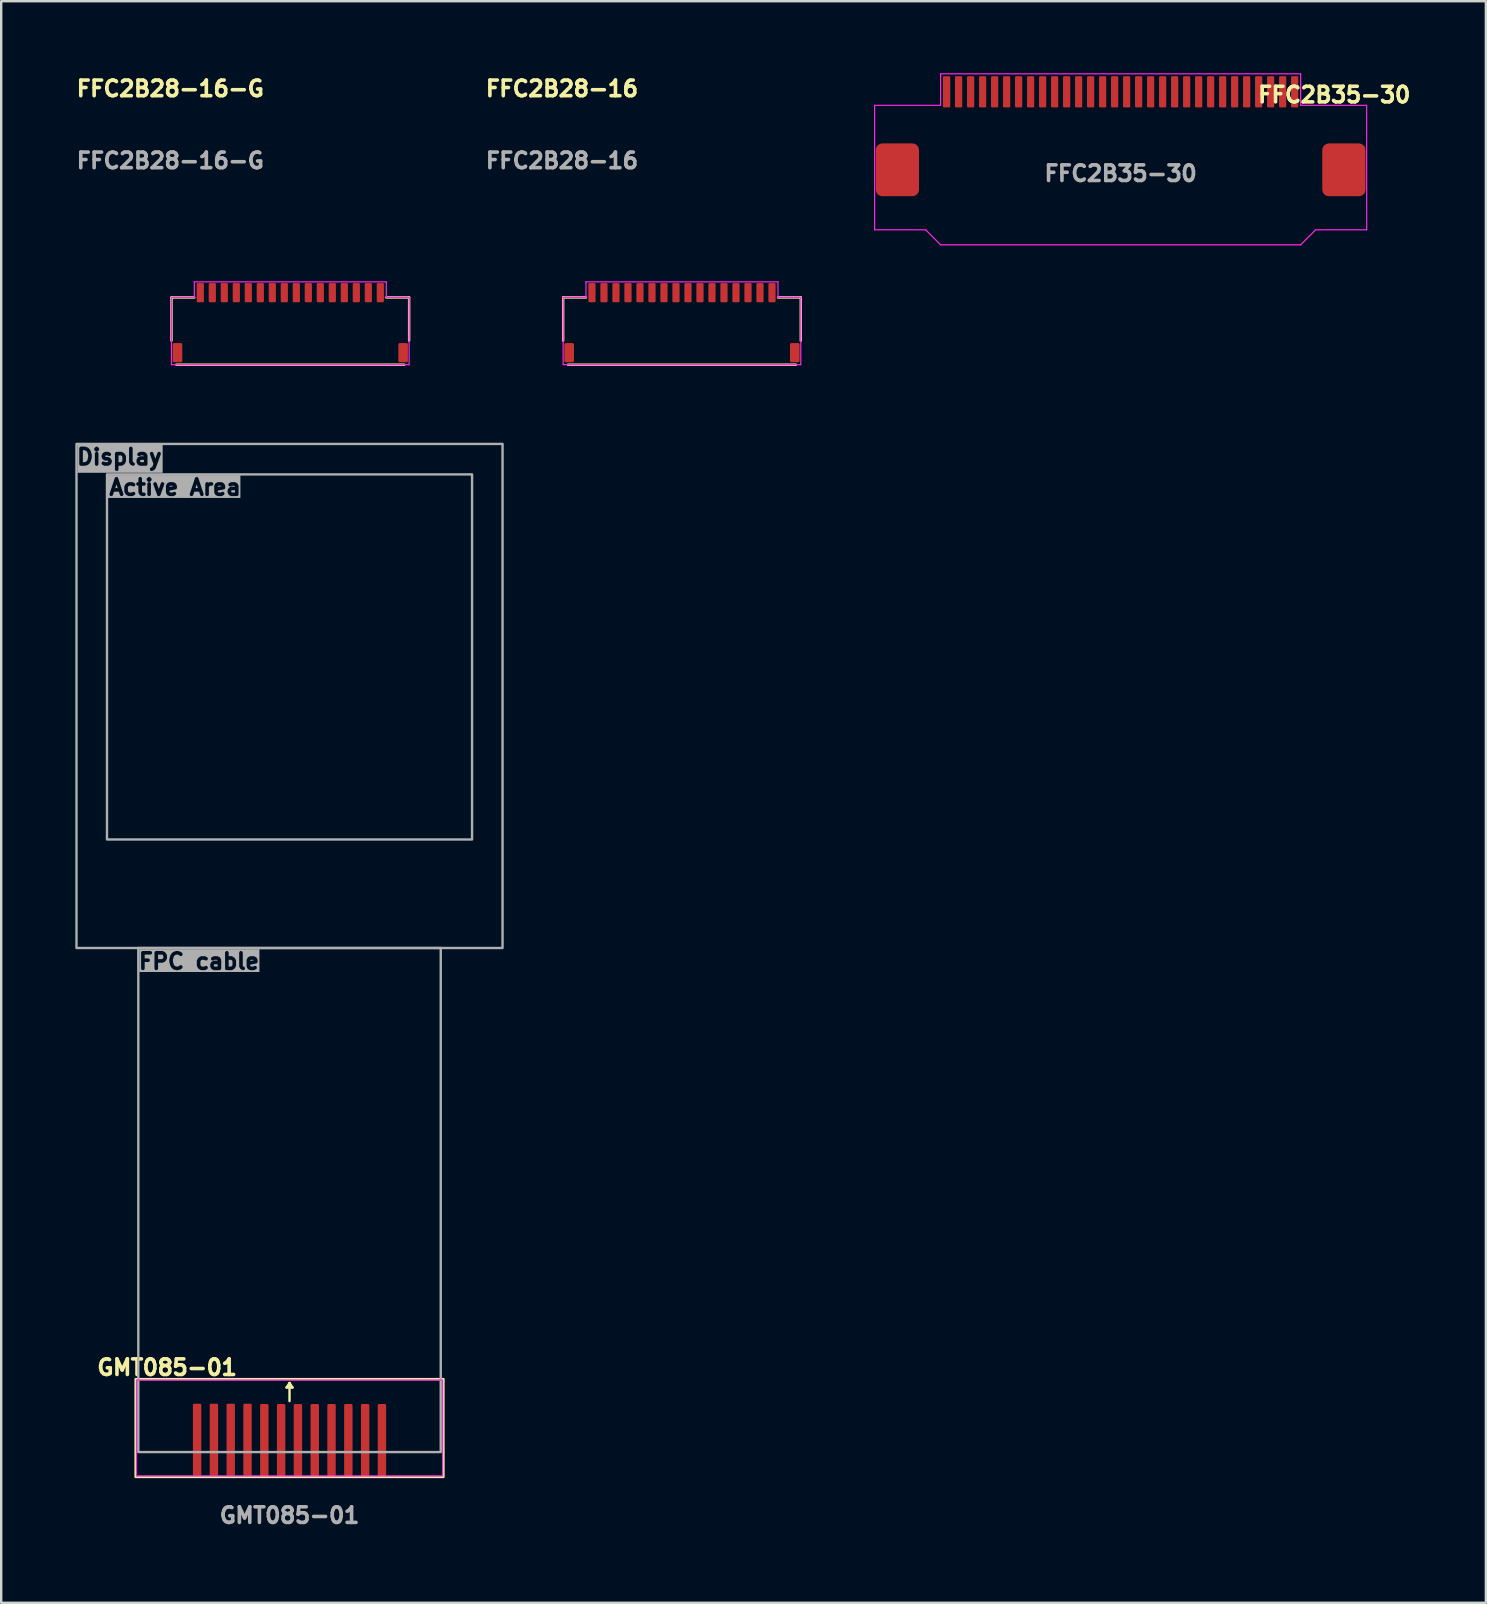
<source format=kicad_pcb>
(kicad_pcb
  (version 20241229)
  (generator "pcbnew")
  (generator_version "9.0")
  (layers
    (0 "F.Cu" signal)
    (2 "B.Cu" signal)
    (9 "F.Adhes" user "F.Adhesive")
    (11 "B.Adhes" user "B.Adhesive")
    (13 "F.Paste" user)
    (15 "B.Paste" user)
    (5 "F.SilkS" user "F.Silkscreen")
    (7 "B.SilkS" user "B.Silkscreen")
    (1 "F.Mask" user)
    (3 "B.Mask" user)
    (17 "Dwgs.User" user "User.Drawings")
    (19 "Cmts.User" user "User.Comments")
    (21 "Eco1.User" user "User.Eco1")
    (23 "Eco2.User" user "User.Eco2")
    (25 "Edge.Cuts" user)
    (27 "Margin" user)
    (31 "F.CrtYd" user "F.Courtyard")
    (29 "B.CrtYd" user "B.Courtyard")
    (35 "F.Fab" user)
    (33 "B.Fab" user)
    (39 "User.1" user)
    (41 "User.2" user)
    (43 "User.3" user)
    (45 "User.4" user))
  (footprint "GMT085-01"
    (layer "F.Cu")
    (at 9.012 56.944)
    (property "Reference" "GMT085-01" (at -5.1 -3.025 0) (unlocked yes) (layer "F.SilkS") (effects (font (size 0.65 0.65) (thickness 0.15) (bold yes))))
    (attr smd)
    (fp_line (start -0.125 -2.188) (end 0 -2.375) (stroke (width 0.1) (type default)) (layer "F.SilkS"))
    (fp_line (start -0.125 -2.188) (end 0.125 -2.188) (stroke (width 0.1) (type default)) (layer "F.SilkS"))
    (fp_line (start 0 -2.375) (end 0.125 -2.188) (stroke (width 0.1) (type default)) (layer "F.SilkS"))
    (fp_line (start 0 -1.625) (end 0 -2.375) (stroke (width 0.1) (type default)) (layer "F.SilkS"))
    (fp_rect (start -6.412 -2.538) (end 6.412 1.538) (stroke (width 0.1) (type default)) (fill no) (layer "F.SilkS"))
    (fp_rect (start -6.375 -2.5) (end 6.375 1.5) (stroke (width 0.05) (type solid)) (fill no) (layer "F.CrtYd"))
    (fp_rect (start -8.875 -41.5) (end 8.875 -20.5) (stroke (width 0.1) (type solid)) (fill no) (layer "F.Fab"))
    (fp_rect (start -7.605 -40.23) (end 7.605 -25.02) (stroke (width 0.1) (type solid)) (fill no) (layer "F.Fab"))
    (fp_rect (start -6.3 -20.5) (end 6.3 0.5) (stroke (width 0.1) (type solid)) (fill no) (layer "F.Fab"))
    (fp_text user "Display" (at -8.938 -40.575 0) (unlocked yes) (layer "F.Fab" knockout) (effects (font (size 0.65 0.65) (thickness 0.15)) (justify left bottom)))
    (fp_text user "Active Area" (at -7.588 -39.312 0) (unlocked yes) (layer "F.Fab" knockout) (effects (font (size 0.65 0.65) (thickness 0.15)) (justify left bottom)))
    (fp_text user "${REFERENCE}" (at 0 3.138 0) (unlocked yes) (layer "F.Fab") (effects (font (size 0.65 0.65) (thickness 0.15))))
    (fp_text user "FPC cable" (at -6.362 -19.562 0) (unlocked yes) (layer "F.Fab" knockout) (effects (font (size 0.65 0.65) (thickness 0.15)) (justify left bottom)))
    (pad "1" smd roundrect (at 3.85 0 270) (size 3 0.35) (layers "F.Cu" "F.Mask" "F.Paste") (roundrect_rratio 0.15))
    (pad "2" smd roundrect (at 3.15 0 270) (size 3 0.35) (layers "F.Cu" "F.Mask" "F.Paste") (roundrect_rratio 0.15))
    (pad "3" smd roundrect (at 2.45 0 270) (size 3 0.35) (layers "F.Cu" "F.Mask" "F.Paste") (roundrect_rratio 0.15))
    (pad "4" smd roundrect (at 1.75 0 90) (size 3 0.35) (layers "F.Cu" "F.Mask" "F.Paste") (roundrect_rratio 0.15))
    (pad "5" smd roundrect (at 1.05 0 90) (size 3 0.35) (layers "F.Cu" "F.Mask" "F.Paste") (roundrect_rratio 0.15))
    (pad "6" smd roundrect (at 0.35 0 90) (size 3 0.35) (layers "F.Cu" "F.Mask" "F.Paste") (roundrect_rratio 0.15))
    (pad "7" smd roundrect (at -0.35 0 90) (size 3 0.35) (layers "F.Cu" "F.Mask" "F.Paste") (roundrect_rratio 0.15))
    (pad "8" smd roundrect (at -1.05 0 90) (size 3 0.35) (layers "F.Cu" "F.Mask" "F.Paste") (roundrect_rratio 0.15))
    (pad "9" smd roundrect (at -1.75 -0.013 90) (size 3 0.35) (layers "F.Cu" "F.Mask" "F.Paste") (roundrect_rratio 0.15))
    (pad "10" smd roundrect (at -2.45 -0.013 90) (size 3 0.35) (layers "F.Cu" "F.Mask" "F.Paste") (roundrect_rratio 0.15))
    (pad "11" smd roundrect (at -3.15 -0.013 90) (size 3 0.35) (layers "F.Cu" "F.Mask" "F.Paste") (roundrect_rratio 0.15))
    (pad "12" smd roundrect (at -3.85 -0.013 90) (size 3 0.35) (layers "F.Cu" "F.Mask" "F.Paste") (roundrect_rratio 0.15)))
  (footprint "FFC2B28-16"
    (layer "F.Cu")
    (at 25.362 10.393)
    (property "Reference" "FFC2B28-16" (at -5 -9.75 0) (unlocked yes) (layer "F.SilkS") (effects (font (size 0.65 0.65) (thickness 0.15) (bold yes))))
    (attr smd)
    (fp_line (start -4.95 -1.05) (end -4.95 0.75) (stroke (width 0.1) (type default)) (layer "F.SilkS"))
    (fp_line (start -4 -1.05) (end -4.95 -1.05) (stroke (width 0.1) (type default)) (layer "F.SilkS"))
    (fp_line (start 4.75 1.75) (end -4.75 1.75) (stroke (width 0.1) (type default)) (layer "F.SilkS"))
    (fp_line (start 4.95 -1.05) (end 4 -1.05) (stroke (width 0.1) (type default)) (layer "F.SilkS"))
    (fp_line (start 4.95 -1.05) (end 4.95 0.75) (stroke (width 0.1) (type default)) (layer "F.SilkS"))
    (fp_line (start -4.95 -1.05) (end -4 -1.05) (stroke (width 0.05) (type default)) (layer "F.CrtYd"))
    (fp_line (start -4.95 1.75) (end -4.95 -1.05) (stroke (width 0.05) (type default)) (layer "F.CrtYd"))
    (fp_line (start -4 -1.7) (end 4 -1.7) (stroke (width 0.05) (type default)) (layer "F.CrtYd"))
    (fp_line (start -4 -1.05) (end -4 -1.7) (stroke (width 0.05) (type default)) (layer "F.CrtYd"))
    (fp_line (start 4 -1.7) (end 4 -1.05) (stroke (width 0.05) (type default)) (layer "F.CrtYd"))
    (fp_line (start 4 -1.05) (end 4.95 -1.05) (stroke (width 0.05) (type default)) (layer "F.CrtYd"))
    (fp_line (start 4.95 -1.05) (end 4.95 1.75) (stroke (width 0.05) (type default)) (layer "F.CrtYd"))
    (fp_line (start 4.95 1.75) (end -4.95 1.75) (stroke (width 0.05) (type default)) (layer "F.CrtYd"))
    (fp_text user "${REFERENCE}" (at -5 -6.75 0) (unlocked yes) (layer "F.Fab") (effects (font (size 0.65 0.65) (thickness 0.15))))
    (pad "1" smd roundrect (at -3.75 -1.25 90) (size 0.8 0.3) (layers "F.Cu" "F.Mask" "F.Paste") (roundrect_rratio 0.15))
    (pad "2" smd roundrect (at -3.25 -1.25 90) (size 0.8 0.3) (layers "F.Cu" "F.Mask" "F.Paste") (roundrect_rratio 0.15))
    (pad "3" smd roundrect (at -2.75 -1.25 90) (size 0.8 0.3) (layers "F.Cu" "F.Mask" "F.Paste") (roundrect_rratio 0.15))
    (pad "4" smd roundrect (at -2.25 -1.25 90) (size 0.8 0.3) (layers "F.Cu" "F.Mask" "F.Paste") (roundrect_rratio 0.15))
    (pad "5" smd roundrect (at -1.75 -1.25 90) (size 0.8 0.3) (layers "F.Cu" "F.Mask" "F.Paste") (roundrect_rratio 0.15))
    (pad "6" smd roundrect (at -1.25 -1.25 90) (size 0.8 0.3) (layers "F.Cu" "F.Mask" "F.Paste") (roundrect_rratio 0.15))
    (pad "7" smd roundrect (at -0.75 -1.25 90) (size 0.8 0.3) (layers "F.Cu" "F.Mask" "F.Paste") (roundrect_rratio 0.15))
    (pad "8" smd roundrect (at -0.25 -1.25 90) (size 0.8 0.3) (layers "F.Cu" "F.Mask" "F.Paste") (roundrect_rratio 0.15))
    (pad "9" smd roundrect (at 0.25 -1.25 90) (size 0.8 0.3) (layers "F.Cu" "F.Mask" "F.Paste") (roundrect_rratio 0.15))
    (pad "10" smd roundrect (at 0.75 -1.25 90) (size 0.8 0.3) (layers "F.Cu" "F.Mask" "F.Paste") (roundrect_rratio 0.15))
    (pad "11" smd roundrect (at 1.25 -1.25 90) (size 0.8 0.3) (layers "F.Cu" "F.Mask" "F.Paste") (roundrect_rratio 0.15))
    (pad "12" smd roundrect (at 1.75 -1.25 90) (size 0.8 0.3) (layers "F.Cu" "F.Mask" "F.Paste") (roundrect_rratio 0.15))
    (pad "13" smd roundrect (at 2.25 -1.25 90) (size 0.8 0.3) (layers "F.Cu" "F.Mask" "F.Paste") (roundrect_rratio 0.15))
    (pad "14" smd roundrect (at 2.75 -1.25 90) (size 0.8 0.3) (layers "F.Cu" "F.Mask" "F.Paste") (roundrect_rratio 0.15))
    (pad "15" smd roundrect (at 3.25 -1.25 90) (size 0.8 0.3) (layers "F.Cu" "F.Mask" "F.Paste") (roundrect_rratio 0.15))
    (pad "16" smd roundrect (at 3.75 -1.25 90) (size 0.8 0.3) (layers "F.Cu" "F.Mask" "F.Paste") (roundrect_rratio 0.15))
    (pad "MP" smd roundrect (at -4.7 1.25) (size 0.4 0.8) (layers "F.Cu" "F.Mask" "F.Paste") (roundrect_rratio 0.15))
    (pad "MP" smd roundrect (at 4.7 1.25) (size 0.4 0.8) (layers "F.Cu" "F.Mask" "F.Paste") (roundrect_rratio 0.15)))
  (footprint "FFC2B28-16-G"
    (layer "F.Cu")
    (at 9.045 10.393)
    (property "Reference" "FFC2B28-16-G" (at -5 -9.75 0) (unlocked yes) (layer "F.SilkS") (effects (font (size 0.65 0.65) (thickness 0.15) (bold yes))))
    (attr smd)
    (fp_line (start -4.95 -1.05) (end -4.95 0.75) (stroke (width 0.1) (type default)) (layer "F.SilkS"))
    (fp_line (start -4 -1.05) (end -4.95 -1.05) (stroke (width 0.1) (type default)) (layer "F.SilkS"))
    (fp_line (start 4.75 1.75) (end -4.75 1.75) (stroke (width 0.1) (type default)) (layer "F.SilkS"))
    (fp_line (start 4.95 -1.05) (end 4 -1.05) (stroke (width 0.1) (type default)) (layer "F.SilkS"))
    (fp_line (start 4.95 -1.05) (end 4.95 0.75) (stroke (width 0.1) (type default)) (layer "F.SilkS"))
    (fp_line (start -4.95 -1.05) (end -4 -1.05) (stroke (width 0.05) (type default)) (layer "F.CrtYd"))
    (fp_line (start -4.95 1.75) (end -4.95 -1.05) (stroke (width 0.05) (type default)) (layer "F.CrtYd"))
    (fp_line (start -4 -1.7) (end 4 -1.7) (stroke (width 0.05) (type default)) (layer "F.CrtYd"))
    (fp_line (start -4 -1.05) (end -4 -1.7) (stroke (width 0.05) (type default)) (layer "F.CrtYd"))
    (fp_line (start 4 -1.7) (end 4 -1.05) (stroke (width 0.05) (type default)) (layer "F.CrtYd"))
    (fp_line (start 4 -1.05) (end 4.95 -1.05) (stroke (width 0.05) (type default)) (layer "F.CrtYd"))
    (fp_line (start 4.95 -1.05) (end 4.95 1.75) (stroke (width 0.05) (type default)) (layer "F.CrtYd"))
    (fp_line (start 4.95 1.75) (end -4.95 1.75) (stroke (width 0.05) (type default)) (layer "F.CrtYd"))
    (fp_text user "${REFERENCE}" (at -5 -6.75 0) (unlocked yes) (layer "F.Fab") (effects (font (size 0.65 0.65) (thickness 0.15))))
    (pad "1" smd roundrect (at -3.75 -1.25 90) (size 0.8 0.3) (layers "F.Cu" "F.Mask" "F.Paste") (roundrect_rratio 0.15))
    (pad "2" smd roundrect (at -3.25 -1.25 90) (size 0.8 0.3) (layers "F.Cu" "F.Mask" "F.Paste") (roundrect_rratio 0.15))
    (pad "3" smd roundrect (at -2.75 -1.25 90) (size 0.8 0.3) (layers "F.Cu" "F.Mask" "F.Paste") (roundrect_rratio 0.15))
    (pad "4" smd roundrect (at -2.25 -1.25 90) (size 0.8 0.3) (layers "F.Cu" "F.Mask" "F.Paste") (roundrect_rratio 0.15))
    (pad "5" smd roundrect (at -1.75 -1.25 90) (size 0.8 0.3) (layers "F.Cu" "F.Mask" "F.Paste") (roundrect_rratio 0.15))
    (pad "6" smd roundrect (at -1.25 -1.25 90) (size 0.8 0.3) (layers "F.Cu" "F.Mask" "F.Paste") (roundrect_rratio 0.15))
    (pad "7" smd roundrect (at -0.75 -1.25 90) (size 0.8 0.3) (layers "F.Cu" "F.Mask" "F.Paste") (roundrect_rratio 0.15))
    (pad "8" smd roundrect (at -0.25 -1.25 90) (size 0.8 0.3) (layers "F.Cu" "F.Mask" "F.Paste") (roundrect_rratio 0.15))
    (pad "9" smd roundrect (at 0.25 -1.25 90) (size 0.8 0.3) (layers "F.Cu" "F.Mask" "F.Paste") (roundrect_rratio 0.15))
    (pad "10" smd roundrect (at 0.75 -1.25 90) (size 0.8 0.3) (layers "F.Cu" "F.Mask" "F.Paste") (roundrect_rratio 0.15))
    (pad "11" smd roundrect (at 1.25 -1.25 90) (size 0.8 0.3) (layers "F.Cu" "F.Mask" "F.Paste") (roundrect_rratio 0.15))
    (pad "12" smd roundrect (at 1.75 -1.25 90) (size 0.8 0.3) (layers "F.Cu" "F.Mask" "F.Paste") (roundrect_rratio 0.15))
    (pad "13" smd roundrect (at 2.25 -1.25 90) (size 0.8 0.3) (layers "F.Cu" "F.Mask" "F.Paste") (roundrect_rratio 0.15))
    (pad "14" smd roundrect (at 2.75 -1.25 90) (size 0.8 0.3) (layers "F.Cu" "F.Mask" "F.Paste") (roundrect_rratio 0.15))
    (pad "15" smd roundrect (at 3.25 -1.25 90) (size 0.8 0.3) (layers "F.Cu" "F.Mask" "F.Paste") (roundrect_rratio 0.15))
    (pad "16" smd roundrect (at 3.75 -1.25 90) (size 0.8 0.3) (layers "F.Cu" "F.Mask" "F.Paste") (roundrect_rratio 0.15))
    (pad "MP" smd roundrect (at -4.7 1.25) (size 0.4 0.8) (layers "F.Cu" "F.Mask" "F.Paste") (roundrect_rratio 0.15))
    (pad "MP" smd roundrect (at 4.7 1.25) (size 0.4 0.8) (layers "F.Cu" "F.Mask" "F.Paste") (roundrect_rratio 0.15)))
  (footprint "FFC2B35-30"
    (layer "F.Cu")
    (at 43.637 2.15)
    (property "Reference" "FFC2B35-30" (at 8.9 -1.25 0) (unlocked yes) (layer "F.SilkS") (effects (font (size 0.65 0.65) (thickness 0.15) (bold yes))))
    (attr smd)
    (fp_line (start -10.25 -0.812) (end -10.25 4.375) (stroke (width 0.05) (type default)) (layer "F.CrtYd"))
    (fp_line (start -8.125 4.375) (end -10.25 4.375) (stroke (width 0.05) (type default)) (layer "F.CrtYd"))
    (fp_line (start -7.513 -0.812) (end -10.25 -0.812) (stroke (width 0.05) (type default)) (layer "F.CrtYd"))
    (fp_line (start -7.5 -2.125) (end 7.5 -2.125) (stroke (width 0.05) (type solid)) (layer "F.CrtYd"))
    (fp_line (start -7.5 -0.812) (end -7.5 -2.125) (stroke (width 0.05) (type default)) (layer "F.CrtYd"))
    (fp_line (start -7.499 5) (end -8.123 4.375) (stroke (width 0.05) (type default)) (layer "F.CrtYd"))
    (fp_line (start -7.499 5) (end 7.501 5) (stroke (width 0.05) (type solid)) (layer "F.CrtYd"))
    (fp_line (start 7.5 -0.812) (end 7.5 -2.125) (stroke (width 0.05) (type default)) (layer "F.CrtYd"))
    (fp_line (start 7.501 5) (end 8.125 4.375) (stroke (width 0.05) (type default)) (layer "F.CrtYd"))
    (fp_line (start 8.125 4.375) (end 10.251 4.375) (stroke (width 0.05) (type default)) (layer "F.CrtYd"))
    (fp_line (start 10.238 -0.812) (end 7.5 -0.812) (stroke (width 0.05) (type default)) (layer "F.CrtYd"))
    (fp_line (start 10.25 -0.812) (end 10.251 4.375) (stroke (width 0.05) (type default)) (layer "F.CrtYd"))
    (fp_text user "${REFERENCE}" (at 0 2.025 0) (unlocked yes) (layer "F.Fab") (effects (font (size 0.65 0.65) (thickness 0.15))))
    (pad "1" smd roundrect (at -7.25 -1.375 90) (size 1.3 0.3) (layers "F.Cu" "F.Mask" "F.Paste") (roundrect_rratio 0.15))
    (pad "2" smd roundrect (at -6.75 -1.375 90) (size 1.3 0.3) (layers "F.Cu" "F.Mask" "F.Paste") (roundrect_rratio 0.15))
    (pad "3" smd roundrect (at -6.25 -1.375 90) (size 1.3 0.3) (layers "F.Cu" "F.Mask" "F.Paste") (roundrect_rratio 0.15))
    (pad "4" smd roundrect (at -5.75 -1.375 90) (size 1.3 0.3) (layers "F.Cu" "F.Mask" "F.Paste") (roundrect_rratio 0.15))
    (pad "5" smd roundrect (at -5.25 -1.375 90) (size 1.3 0.3) (layers "F.Cu" "F.Mask" "F.Paste") (roundrect_rratio 0.15))
    (pad "6" smd roundrect (at -4.75 -1.375 270) (size 1.3 0.3) (layers "F.Cu" "F.Mask" "F.Paste") (roundrect_rratio 0.15))
    (pad "7" smd roundrect (at -4.25 -1.375 270) (size 1.3 0.3) (layers "F.Cu" "F.Mask" "F.Paste") (roundrect_rratio 0.15))
    (pad "8" smd roundrect (at -3.75 -1.375 270) (size 1.3 0.3) (layers "F.Cu" "F.Mask" "F.Paste") (roundrect_rratio 0.15))
    (pad "9" smd roundrect (at -3.25 -1.375 270) (size 1.3 0.3) (layers "F.Cu" "F.Mask" "F.Paste") (roundrect_rratio 0.15))
    (pad "10" smd roundrect (at -2.75 -1.375 90) (size 1.3 0.3) (layers "F.Cu" "F.Mask" "F.Paste") (roundrect_rratio 0.15))
    (pad "11" smd roundrect (at -2.25 -1.375 90) (size 1.3 0.3) (layers "F.Cu" "F.Mask" "F.Paste") (roundrect_rratio 0.15))
    (pad "12" smd roundrect (at -1.75 -1.375 90) (size 1.3 0.3) (layers "F.Cu" "F.Mask" "F.Paste") (roundrect_rratio 0.15))
    (pad "13" smd roundrect (at -1.25 -1.375 270) (size 1.3 0.3) (layers "F.Cu" "F.Mask" "F.Paste") (roundrect_rratio 0.15))
    (pad "14" smd roundrect (at -0.75 -1.375 270) (size 1.3 0.3) (layers "F.Cu" "F.Mask" "F.Paste") (roundrect_rratio 0.15))
    (pad "15" smd roundrect (at -0.25 -1.375 270) (size 1.3 0.3) (layers "F.Cu" "F.Mask" "F.Paste") (roundrect_rratio 0.15))
    (pad "16" smd roundrect (at 0.25 -1.375 270) (size 1.3 0.3) (layers "F.Cu" "F.Mask" "F.Paste") (roundrect_rratio 0.15))
    (pad "17" smd roundrect (at 0.75 -1.375 270) (size 1.3 0.3) (layers "F.Cu" "F.Mask" "F.Paste") (roundrect_rratio 0.15))
    (pad "18" smd roundrect (at 1.25 -1.375 90) (size 1.3 0.3) (layers "F.Cu" "F.Mask" "F.Paste") (roundrect_rratio 0.15))
    (pad "19" smd roundrect (at 1.75 -1.375 90) (size 1.3 0.3) (layers "F.Cu" "F.Mask" "F.Paste") (roundrect_rratio 0.15))
    (pad "20" smd roundrect (at 2.25 -1.375 90) (size 1.3 0.3) (layers "F.Cu" "F.Mask" "F.Paste") (roundrect_rratio 0.15))
    (pad "21" smd roundrect (at 2.75 -1.375 270) (size 1.3 0.3) (layers "F.Cu" "F.Mask" "F.Paste") (roundrect_rratio 0.15))
    (pad "22" smd roundrect (at 3.25 -1.375 270) (size 1.3 0.3) (layers "F.Cu" "F.Mask" "F.Paste") (roundrect_rratio 0.15))
    (pad "23" smd roundrect (at 3.75 -1.375 270) (size 1.3 0.3) (layers "F.Cu" "F.Mask" "F.Paste") (roundrect_rratio 0.15))
    (pad "24" smd roundrect (at 4.25 -1.375 90) (size 1.3 0.3) (layers "F.Cu" "F.Mask" "F.Paste") (roundrect_rratio 0.15))
    (pad "25" smd roundrect (at 4.75 -1.375 90) (size 1.3 0.3) (layers "F.Cu" "F.Mask" "F.Paste") (roundrect_rratio 0.15))
    (pad "26" smd roundrect (at 5.25 -1.375 90) (size 1.3 0.3) (layers "F.Cu" "F.Mask" "F.Paste") (roundrect_rratio 0.15))
    (pad "27" smd roundrect (at 5.75 -1.375 90) (size 1.3 0.3) (layers "F.Cu" "F.Mask" "F.Paste") (roundrect_rratio 0.15))
    (pad "28" smd roundrect (at 6.25 -1.375 270) (size 1.3 0.3) (layers "F.Cu" "F.Mask" "F.Paste") (roundrect_rratio 0.15))
    (pad "29" smd roundrect (at 6.75 -1.375 270) (size 1.3 0.3) (layers "F.Cu" "F.Mask" "F.Paste") (roundrect_rratio 0.15))
    (pad "30" smd roundrect (at 7.25 -1.375 270) (size 1.3 0.3) (layers "F.Cu" "F.Mask" "F.Paste") (roundrect_rratio 0.15))
    (pad "MP" smd roundrect (at -9.3 1.875) (size 1.8 2.2) (layers "F.Cu" "F.Mask" "F.Paste") (roundrect_rratio 0.15))
    (pad "MP" smd roundrect (at 9.3 1.875) (size 1.8 2.2) (layers "F.Cu" "F.Mask" "F.Paste") (roundrect_rratio 0.15)))
  (gr_rect
    (start -3 -3)
    (end 58.854 63.724)
    (stroke (width 0.1) (type default))
    (fill no)
    (layer "Edge.Cuts")))
</source>
